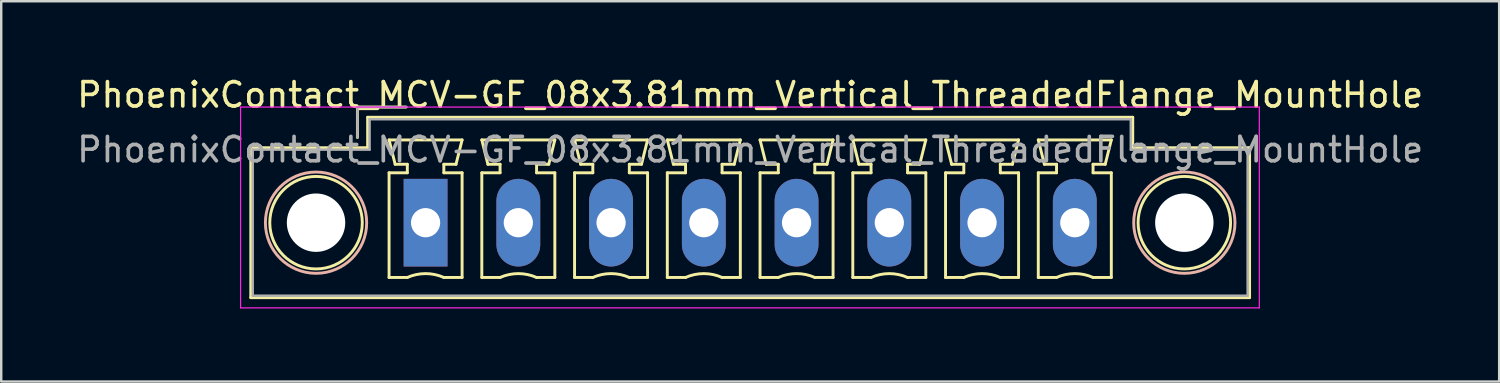
<source format=kicad_pcb>
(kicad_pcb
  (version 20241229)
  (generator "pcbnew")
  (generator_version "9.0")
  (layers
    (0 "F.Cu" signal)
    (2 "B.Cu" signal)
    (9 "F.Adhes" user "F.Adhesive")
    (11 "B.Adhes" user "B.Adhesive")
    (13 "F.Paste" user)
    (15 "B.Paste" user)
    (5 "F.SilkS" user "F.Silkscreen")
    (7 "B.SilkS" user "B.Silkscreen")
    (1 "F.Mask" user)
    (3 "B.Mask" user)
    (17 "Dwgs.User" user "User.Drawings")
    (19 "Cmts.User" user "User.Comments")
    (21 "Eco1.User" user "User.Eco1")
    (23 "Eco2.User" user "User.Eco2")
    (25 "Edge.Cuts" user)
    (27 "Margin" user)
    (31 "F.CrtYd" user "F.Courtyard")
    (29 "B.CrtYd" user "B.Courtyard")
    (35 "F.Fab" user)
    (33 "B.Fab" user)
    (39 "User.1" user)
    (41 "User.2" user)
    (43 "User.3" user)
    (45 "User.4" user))
  (footprint "PhoenixContact_MCV-GF_08x3.81mm_Vertical_ThreadedFlange_MountHole"
    (layer "F.Cu")
    (at 14.433 6.098)
    (property "Reference" "PhoenixContact_MCV-GF_08x3.81mm_Vertical_ThreadedFlange_MountHole" (at 13.335 -5.25 0) (layer "F.SilkS") (effects (font (size 1 1) (thickness 0.15))))
    (attr through_hole)
    (fp_line (start -7.18 -3.08) (end -7.18 3.08) (stroke (width 0.12) (type solid)) (layer "F.SilkS"))
    (fp_line (start -7.18 3.08) (end 33.85 3.08) (stroke (width 0.12) (type solid)) (layer "F.SilkS"))
    (fp_line (start -2.8 -4.75) (end -0.8 -4.75) (stroke (width 0.12) (type solid)) (layer "F.SilkS"))
    (fp_line (start -2.8 -3.5) (end -2.8 -4.75) (stroke (width 0.12) (type solid)) (layer "F.SilkS"))
    (fp_line (start -2.38 -4.33) (end -2.38 -3.08) (stroke (width 0.12) (type solid)) (layer "F.SilkS"))
    (fp_line (start -2.38 -3.08) (end -7.18 -3.08) (stroke (width 0.12) (type solid)) (layer "F.SilkS"))
    (fp_line (start -1.5 -3.4) (end 1.5 -3.4) (stroke (width 0.12) (type solid)) (layer "F.SilkS"))
    (fp_line (start -1.5 -2.05) (end -0.75 -2.05) (stroke (width 0.12) (type solid)) (layer "F.SilkS"))
    (fp_line (start -1.5 2.25) (end -1.5 -2.05) (stroke (width 0.12) (type solid)) (layer "F.SilkS"))
    (fp_line (start -1.25 -2.4) (end -1.5 -3.4) (stroke (width 0.12) (type solid)) (layer "F.SilkS"))
    (fp_line (start -0.75 -2.4) (end -1.25 -2.4) (stroke (width 0.12) (type solid)) (layer "F.SilkS"))
    (fp_line (start -0.75 -2.05) (end -0.75 -2.4) (stroke (width 0.12) (type solid)) (layer "F.SilkS"))
    (fp_line (start -0.75 2.25) (end -1.5 2.25) (stroke (width 0.12) (type solid)) (layer "F.SilkS"))
    (fp_line (start 0.75 -2.4) (end 0.75 -2.05) (stroke (width 0.12) (type solid)) (layer "F.SilkS"))
    (fp_line (start 0.75 -2.05) (end 1.5 -2.05) (stroke (width 0.12) (type solid)) (layer "F.SilkS"))
    (fp_line (start 1.25 -2.4) (end 0.75 -2.4) (stroke (width 0.12) (type solid)) (layer "F.SilkS"))
    (fp_line (start 1.5 -3.4) (end 1.25 -2.4) (stroke (width 0.12) (type solid)) (layer "F.SilkS"))
    (fp_line (start 1.5 -2.05) (end 1.5 2.25) (stroke (width 0.12) (type solid)) (layer "F.SilkS"))
    (fp_line (start 1.5 2.25) (end 0.75 2.25) (stroke (width 0.12) (type solid)) (layer "F.SilkS"))
    (fp_line (start 2.31 -3.4) (end 5.31 -3.4) (stroke (width 0.12) (type solid)) (layer "F.SilkS"))
    (fp_line (start 2.31 -2.05) (end 3.06 -2.05) (stroke (width 0.12) (type solid)) (layer "F.SilkS"))
    (fp_line (start 2.31 2.25) (end 2.31 -2.05) (stroke (width 0.12) (type solid)) (layer "F.SilkS"))
    (fp_line (start 2.56 -2.4) (end 2.31 -3.4) (stroke (width 0.12) (type solid)) (layer "F.SilkS"))
    (fp_line (start 3.06 -2.4) (end 2.56 -2.4) (stroke (width 0.12) (type solid)) (layer "F.SilkS"))
    (fp_line (start 3.06 -2.05) (end 3.06 -2.4) (stroke (width 0.12) (type solid)) (layer "F.SilkS"))
    (fp_line (start 3.06 2.25) (end 2.31 2.25) (stroke (width 0.12) (type solid)) (layer "F.SilkS"))
    (fp_line (start 4.56 -2.4) (end 4.56 -2.05) (stroke (width 0.12) (type solid)) (layer "F.SilkS"))
    (fp_line (start 4.56 -2.05) (end 5.31 -2.05) (stroke (width 0.12) (type solid)) (layer "F.SilkS"))
    (fp_line (start 5.06 -2.4) (end 4.56 -2.4) (stroke (width 0.12) (type solid)) (layer "F.SilkS"))
    (fp_line (start 5.31 -3.4) (end 5.06 -2.4) (stroke (width 0.12) (type solid)) (layer "F.SilkS"))
    (fp_line (start 5.31 -2.05) (end 5.31 2.25) (stroke (width 0.12) (type solid)) (layer "F.SilkS"))
    (fp_line (start 5.31 2.25) (end 4.56 2.25) (stroke (width 0.12) (type solid)) (layer "F.SilkS"))
    (fp_line (start 6.12 -3.4) (end 9.12 -3.4) (stroke (width 0.12) (type solid)) (layer "F.SilkS"))
    (fp_line (start 6.12 -2.05) (end 6.87 -2.05) (stroke (width 0.12) (type solid)) (layer "F.SilkS"))
    (fp_line (start 6.12 2.25) (end 6.12 -2.05) (stroke (width 0.12) (type solid)) (layer "F.SilkS"))
    (fp_line (start 6.37 -2.4) (end 6.12 -3.4) (stroke (width 0.12) (type solid)) (layer "F.SilkS"))
    (fp_line (start 6.87 -2.4) (end 6.37 -2.4) (stroke (width 0.12) (type solid)) (layer "F.SilkS"))
    (fp_line (start 6.87 -2.05) (end 6.87 -2.4) (stroke (width 0.12) (type solid)) (layer "F.SilkS"))
    (fp_line (start 6.87 2.25) (end 6.12 2.25) (stroke (width 0.12) (type solid)) (layer "F.SilkS"))
    (fp_line (start 8.37 -2.4) (end 8.37 -2.05) (stroke (width 0.12) (type solid)) (layer "F.SilkS"))
    (fp_line (start 8.37 -2.05) (end 9.12 -2.05) (stroke (width 0.12) (type solid)) (layer "F.SilkS"))
    (fp_line (start 8.87 -2.4) (end 8.37 -2.4) (stroke (width 0.12) (type solid)) (layer "F.SilkS"))
    (fp_line (start 9.12 -3.4) (end 8.87 -2.4) (stroke (width 0.12) (type solid)) (layer "F.SilkS"))
    (fp_line (start 9.12 -2.05) (end 9.12 2.25) (stroke (width 0.12) (type solid)) (layer "F.SilkS"))
    (fp_line (start 9.12 2.25) (end 8.37 2.25) (stroke (width 0.12) (type solid)) (layer "F.SilkS"))
    (fp_line (start 9.93 -3.4) (end 12.93 -3.4) (stroke (width 0.12) (type solid)) (layer "F.SilkS"))
    (fp_line (start 9.93 -2.05) (end 10.68 -2.05) (stroke (width 0.12) (type solid)) (layer "F.SilkS"))
    (fp_line (start 9.93 2.25) (end 9.93 -2.05) (stroke (width 0.12) (type solid)) (layer "F.SilkS"))
    (fp_line (start 10.18 -2.4) (end 9.93 -3.4) (stroke (width 0.12) (type solid)) (layer "F.SilkS"))
    (fp_line (start 10.68 -2.4) (end 10.18 -2.4) (stroke (width 0.12) (type solid)) (layer "F.SilkS"))
    (fp_line (start 10.68 -2.05) (end 10.68 -2.4) (stroke (width 0.12) (type solid)) (layer "F.SilkS"))
    (fp_line (start 10.68 2.25) (end 9.93 2.25) (stroke (width 0.12) (type solid)) (layer "F.SilkS"))
    (fp_line (start 12.18 -2.4) (end 12.18 -2.05) (stroke (width 0.12) (type solid)) (layer "F.SilkS"))
    (fp_line (start 12.18 -2.05) (end 12.93 -2.05) (stroke (width 0.12) (type solid)) (layer "F.SilkS"))
    (fp_line (start 12.68 -2.4) (end 12.18 -2.4) (stroke (width 0.12) (type solid)) (layer "F.SilkS"))
    (fp_line (start 12.93 -3.4) (end 12.68 -2.4) (stroke (width 0.12) (type solid)) (layer "F.SilkS"))
    (fp_line (start 12.93 -2.05) (end 12.93 2.25) (stroke (width 0.12) (type solid)) (layer "F.SilkS"))
    (fp_line (start 12.93 2.25) (end 12.18 2.25) (stroke (width 0.12) (type solid)) (layer "F.SilkS"))
    (fp_line (start 13.74 -3.4) (end 16.74 -3.4) (stroke (width 0.12) (type solid)) (layer "F.SilkS"))
    (fp_line (start 13.74 -2.05) (end 14.49 -2.05) (stroke (width 0.12) (type solid)) (layer "F.SilkS"))
    (fp_line (start 13.74 2.25) (end 13.74 -2.05) (stroke (width 0.12) (type solid)) (layer "F.SilkS"))
    (fp_line (start 13.99 -2.4) (end 13.74 -3.4) (stroke (width 0.12) (type solid)) (layer "F.SilkS"))
    (fp_line (start 14.49 -2.4) (end 13.99 -2.4) (stroke (width 0.12) (type solid)) (layer "F.SilkS"))
    (fp_line (start 14.49 -2.05) (end 14.49 -2.4) (stroke (width 0.12) (type solid)) (layer "F.SilkS"))
    (fp_line (start 14.49 2.25) (end 13.74 2.25) (stroke (width 0.12) (type solid)) (layer "F.SilkS"))
    (fp_line (start 15.99 -2.4) (end 15.99 -2.05) (stroke (width 0.12) (type solid)) (layer "F.SilkS"))
    (fp_line (start 15.99 -2.05) (end 16.74 -2.05) (stroke (width 0.12) (type solid)) (layer "F.SilkS"))
    (fp_line (start 16.49 -2.4) (end 15.99 -2.4) (stroke (width 0.12) (type solid)) (layer "F.SilkS"))
    (fp_line (start 16.74 -3.4) (end 16.49 -2.4) (stroke (width 0.12) (type solid)) (layer "F.SilkS"))
    (fp_line (start 16.74 -2.05) (end 16.74 2.25) (stroke (width 0.12) (type solid)) (layer "F.SilkS"))
    (fp_line (start 16.74 2.25) (end 15.99 2.25) (stroke (width 0.12) (type solid)) (layer "F.SilkS"))
    (fp_line (start 17.55 -3.4) (end 20.55 -3.4) (stroke (width 0.12) (type solid)) (layer "F.SilkS"))
    (fp_line (start 17.55 -2.05) (end 18.3 -2.05) (stroke (width 0.12) (type solid)) (layer "F.SilkS"))
    (fp_line (start 17.55 2.25) (end 17.55 -2.05) (stroke (width 0.12) (type solid)) (layer "F.SilkS"))
    (fp_line (start 17.8 -2.4) (end 17.55 -3.4) (stroke (width 0.12) (type solid)) (layer "F.SilkS"))
    (fp_line (start 18.3 -2.4) (end 17.8 -2.4) (stroke (width 0.12) (type solid)) (layer "F.SilkS"))
    (fp_line (start 18.3 -2.05) (end 18.3 -2.4) (stroke (width 0.12) (type solid)) (layer "F.SilkS"))
    (fp_line (start 18.3 2.25) (end 17.55 2.25) (stroke (width 0.12) (type solid)) (layer "F.SilkS"))
    (fp_line (start 19.8 -2.4) (end 19.8 -2.05) (stroke (width 0.12) (type solid)) (layer "F.SilkS"))
    (fp_line (start 19.8 -2.05) (end 20.55 -2.05) (stroke (width 0.12) (type solid)) (layer "F.SilkS"))
    (fp_line (start 20.3 -2.4) (end 19.8 -2.4) (stroke (width 0.12) (type solid)) (layer "F.SilkS"))
    (fp_line (start 20.55 -3.4) (end 20.3 -2.4) (stroke (width 0.12) (type solid)) (layer "F.SilkS"))
    (fp_line (start 20.55 -2.05) (end 20.55 2.25) (stroke (width 0.12) (type solid)) (layer "F.SilkS"))
    (fp_line (start 20.55 2.25) (end 19.8 2.25) (stroke (width 0.12) (type solid)) (layer "F.SilkS"))
    (fp_line (start 21.36 -3.4) (end 24.36 -3.4) (stroke (width 0.12) (type solid)) (layer "F.SilkS"))
    (fp_line (start 21.36 -2.05) (end 22.11 -2.05) (stroke (width 0.12) (type solid)) (layer "F.SilkS"))
    (fp_line (start 21.36 2.25) (end 21.36 -2.05) (stroke (width 0.12) (type solid)) (layer "F.SilkS"))
    (fp_line (start 21.61 -2.4) (end 21.36 -3.4) (stroke (width 0.12) (type solid)) (layer "F.SilkS"))
    (fp_line (start 22.11 -2.4) (end 21.61 -2.4) (stroke (width 0.12) (type solid)) (layer "F.SilkS"))
    (fp_line (start 22.11 -2.05) (end 22.11 -2.4) (stroke (width 0.12) (type solid)) (layer "F.SilkS"))
    (fp_line (start 22.11 2.25) (end 21.36 2.25) (stroke (width 0.12) (type solid)) (layer "F.SilkS"))
    (fp_line (start 23.61 -2.4) (end 23.61 -2.05) (stroke (width 0.12) (type solid)) (layer "F.SilkS"))
    (fp_line (start 23.61 -2.05) (end 24.36 -2.05) (stroke (width 0.12) (type solid)) (layer "F.SilkS"))
    (fp_line (start 24.11 -2.4) (end 23.61 -2.4) (stroke (width 0.12) (type solid)) (layer "F.SilkS"))
    (fp_line (start 24.36 -3.4) (end 24.11 -2.4) (stroke (width 0.12) (type solid)) (layer "F.SilkS"))
    (fp_line (start 24.36 -2.05) (end 24.36 2.25) (stroke (width 0.12) (type solid)) (layer "F.SilkS"))
    (fp_line (start 24.36 2.25) (end 23.61 2.25) (stroke (width 0.12) (type solid)) (layer "F.SilkS"))
    (fp_line (start 25.17 -3.4) (end 28.17 -3.4) (stroke (width 0.12) (type solid)) (layer "F.SilkS"))
    (fp_line (start 25.17 -2.05) (end 25.92 -2.05) (stroke (width 0.12) (type solid)) (layer "F.SilkS"))
    (fp_line (start 25.17 2.25) (end 25.17 -2.05) (stroke (width 0.12) (type solid)) (layer "F.SilkS"))
    (fp_line (start 25.42 -2.4) (end 25.17 -3.4) (stroke (width 0.12) (type solid)) (layer "F.SilkS"))
    (fp_line (start 25.92 -2.4) (end 25.42 -2.4) (stroke (width 0.12) (type solid)) (layer "F.SilkS"))
    (fp_line (start 25.92 -2.05) (end 25.92 -2.4) (stroke (width 0.12) (type solid)) (layer "F.SilkS"))
    (fp_line (start 25.92 2.25) (end 25.17 2.25) (stroke (width 0.12) (type solid)) (layer "F.SilkS"))
    (fp_line (start 27.42 -2.4) (end 27.42 -2.05) (stroke (width 0.12) (type solid)) (layer "F.SilkS"))
    (fp_line (start 27.42 -2.05) (end 28.17 -2.05) (stroke (width 0.12) (type solid)) (layer "F.SilkS"))
    (fp_line (start 27.92 -2.4) (end 27.42 -2.4) (stroke (width 0.12) (type solid)) (layer "F.SilkS"))
    (fp_line (start 28.17 -3.4) (end 27.92 -2.4) (stroke (width 0.12) (type solid)) (layer "F.SilkS"))
    (fp_line (start 28.17 -2.05) (end 28.17 2.25) (stroke (width 0.12) (type solid)) (layer "F.SilkS"))
    (fp_line (start 28.17 2.25) (end 27.42 2.25) (stroke (width 0.12) (type solid)) (layer "F.SilkS"))
    (fp_line (start 29.05 -4.33) (end -2.38 -4.33) (stroke (width 0.12) (type solid)) (layer "F.SilkS"))
    (fp_line (start 29.05 -3.08) (end 29.05 -4.33) (stroke (width 0.12) (type solid)) (layer "F.SilkS"))
    (fp_line (start 33.85 -3.08) (end 29.05 -3.08) (stroke (width 0.12) (type solid)) (layer "F.SilkS"))
    (fp_line (start 33.85 3.08) (end 33.85 -3.08) (stroke (width 0.12) (type solid)) (layer "F.SilkS"))
    (fp_arc (start -0.75 2.25) (mid -0.000193 2.09191) (end 0.749647 2.249844) (stroke (width 0.12) (type solid)) (layer "F.SilkS"))
    (fp_arc (start 3.06 2.25) (mid 3.809807 2.09191) (end 4.559647 2.249844) (stroke (width 0.12) (type solid)) (layer "F.SilkS"))
    (fp_arc (start 6.87 2.25) (mid 7.619807 2.09191) (end 8.369647 2.249844) (stroke (width 0.12) (type solid)) (layer "F.SilkS"))
    (fp_arc (start 10.68 2.25) (mid 11.429807 2.09191) (end 12.179647 2.249844) (stroke (width 0.12) (type solid)) (layer "F.SilkS"))
    (fp_arc (start 14.49 2.25) (mid 15.239807 2.09191) (end 15.989647 2.249844) (stroke (width 0.12) (type solid)) (layer "F.SilkS"))
    (fp_arc (start 18.3 2.25) (mid 19.049807 2.09191) (end 19.799647 2.249844) (stroke (width 0.12) (type solid)) (layer "F.SilkS"))
    (fp_arc (start 22.11 2.25) (mid 22.859807 2.09191) (end 23.609647 2.249844) (stroke (width 0.12) (type solid)) (layer "F.SilkS"))
    (fp_arc (start 25.92 2.25) (mid 26.669807 2.09191) (end 27.419647 2.249844) (stroke (width 0.12) (type solid)) (layer "F.SilkS"))
    (fp_circle (center -4.5 0) (end -2.6 0) (stroke (width 0.12) (type solid)) (fill no) (layer "F.SilkS"))
    (fp_circle (center 31.17 0) (end 33.07 0) (stroke (width 0.12) (type solid)) (fill no) (layer "F.SilkS"))
    (fp_circle (center -4.5 0) (end -2.42 0) (stroke (width 0.12) (type solid)) (fill no) (layer "B.SilkS"))
    (fp_circle (center 31.17 0) (end 33.25 0) (stroke (width 0.12) (type solid)) (fill no) (layer "B.SilkS"))
    (fp_line (start -7.6 -4.75) (end -7.6 3.5) (stroke (width 0.05) (type solid)) (layer "F.CrtYd"))
    (fp_line (start -7.6 3.5) (end 34.25 3.5) (stroke (width 0.05) (type solid)) (layer "F.CrtYd"))
    (fp_line (start 34.25 -4.75) (end -7.6 -4.75) (stroke (width 0.05) (type solid)) (layer "F.CrtYd"))
    (fp_line (start 34.25 3.5) (end 34.25 -4.75) (stroke (width 0.05) (type solid)) (layer "F.CrtYd"))
    (fp_line (start -7.1 -3) (end -7.1 3) (stroke (width 0.1) (type solid)) (layer "F.Fab"))
    (fp_line (start -7.1 3) (end 33.77 3) (stroke (width 0.1) (type solid)) (layer "F.Fab"))
    (fp_line (start -2.8 -4.75) (end -0.8 -4.75) (stroke (width 0.1) (type solid)) (layer "F.Fab"))
    (fp_line (start -2.8 -3.5) (end -2.8 -4.75) (stroke (width 0.1) (type solid)) (layer "F.Fab"))
    (fp_line (start -2.3 -4.25) (end -2.3 -3) (stroke (width 0.1) (type solid)) (layer "F.Fab"))
    (fp_line (start -2.3 -3) (end -7.1 -3) (stroke (width 0.1) (type solid)) (layer "F.Fab"))
    (fp_line (start 28.97 -4.25) (end -2.3 -4.25) (stroke (width 0.1) (type solid)) (layer "F.Fab"))
    (fp_line (start 28.97 -3) (end 28.97 -4.25) (stroke (width 0.1) (type solid)) (layer "F.Fab"))
    (fp_line (start 33.77 -3) (end 28.97 -3) (stroke (width 0.1) (type solid)) (layer "F.Fab"))
    (fp_line (start 33.77 3) (end 33.77 -3) (stroke (width 0.1) (type solid)) (layer "F.Fab"))
    (fp_text user "${REFERENCE}" (at 13.335 -3 0) (layer "F.Fab") (effects (font (size 1 1) (thickness 0.15))))
    (pad "" np_thru_hole circle (at -4.5 0) (size 2.4 2.4) (drill 2.4) (layers "*.Cu" "*.Mask"))
    (pad "" np_thru_hole circle (at 31.17 0) (size 2.4 2.4) (drill 2.4) (layers "*.Cu" "*.Mask"))
    (pad "1" thru_hole rect (at 0 0) (size 1.8 3.6) (drill 1.2) (layers "*.Cu" "*.Mask"))
    (pad "2" thru_hole oval (at 3.81 0) (size 1.8 3.6) (drill 1.2) (layers "*.Cu" "*.Mask"))
    (pad "3" thru_hole oval (at 7.62 0) (size 1.8 3.6) (drill 1.2) (layers "*.Cu" "*.Mask"))
    (pad "4" thru_hole oval (at 11.43 0) (size 1.8 3.6) (drill 1.2) (layers "*.Cu" "*.Mask"))
    (pad "5" thru_hole oval (at 15.24 0) (size 1.8 3.6) (drill 1.2) (layers "*.Cu" "*.Mask"))
    (pad "6" thru_hole oval (at 19.05 0) (size 1.8 3.6) (drill 1.2) (layers "*.Cu" "*.Mask"))
    (pad "7" thru_hole oval (at 22.86 0) (size 1.8 3.6) (drill 1.2) (layers "*.Cu" "*.Mask"))
    (pad "8" thru_hole oval (at 26.67 0) (size 1.8 3.6) (drill 1.2) (layers "*.Cu" "*.Mask")))
  (gr_rect
    (start -3 -3)
    (end 58.536 12.623)
    (stroke (width 0.1) (type default))
    (fill no)
    (layer "Edge.Cuts")))
</source>
